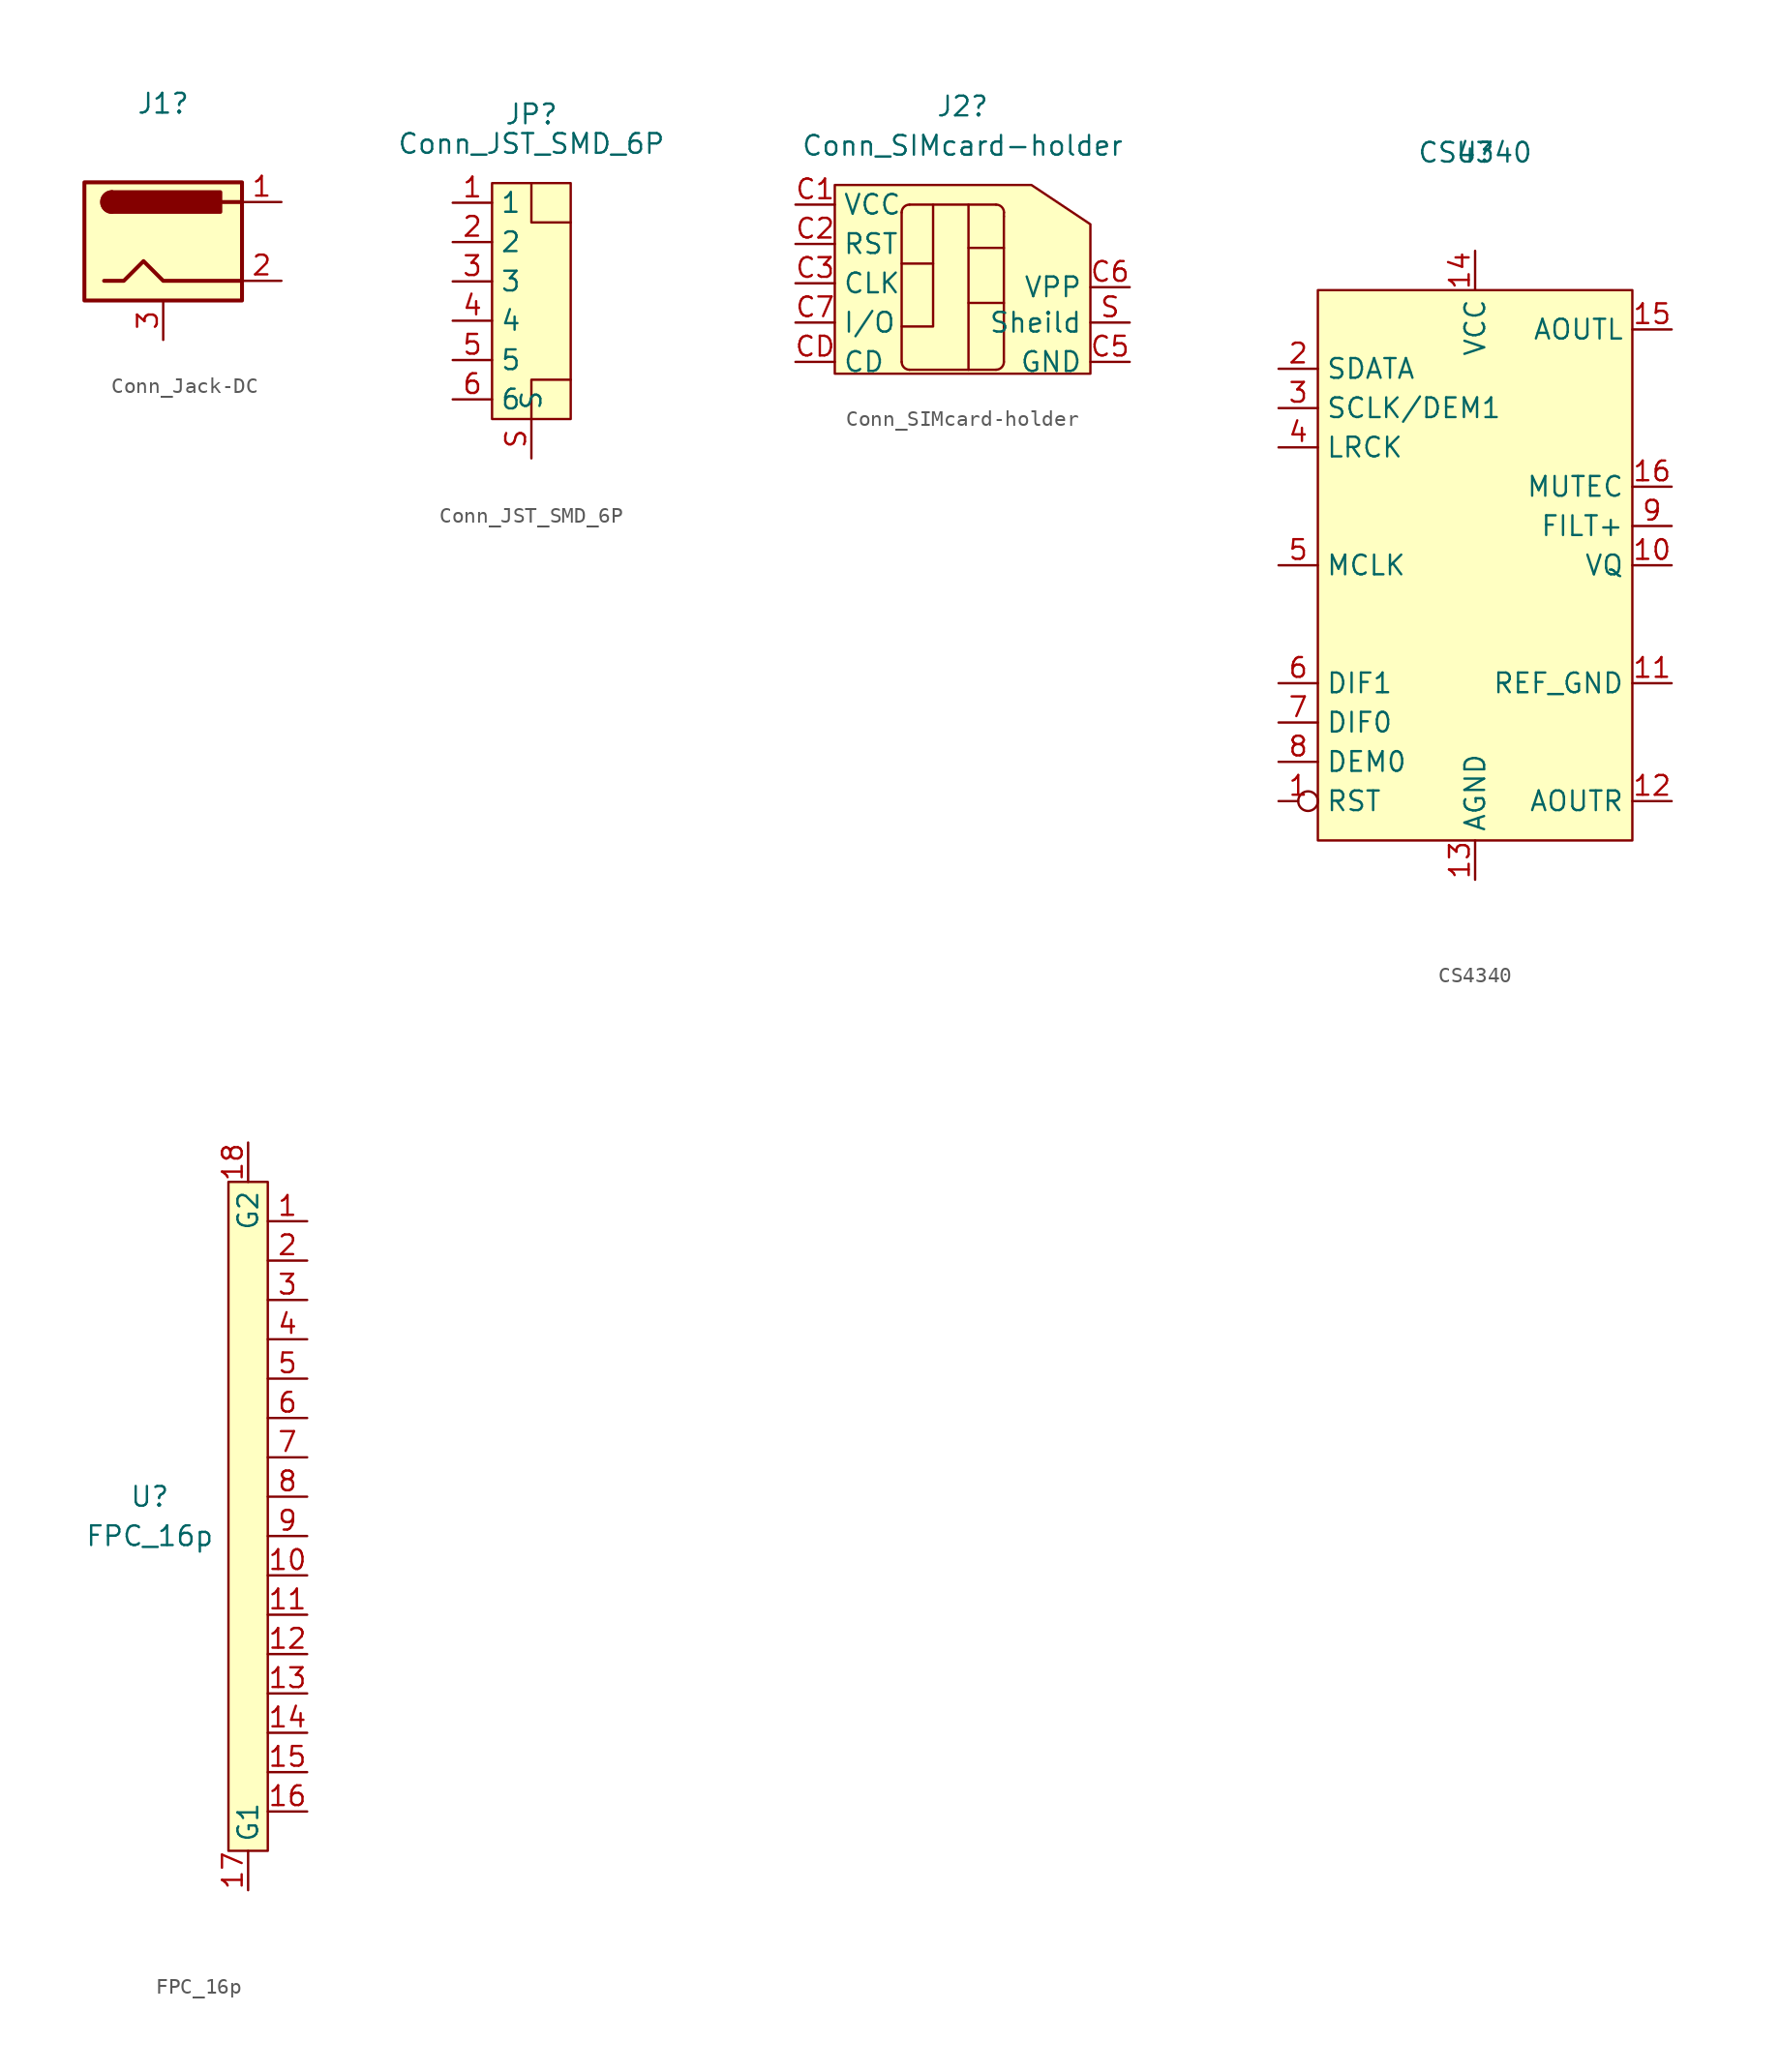
<source format=kicad_sym>
(kicad_symbol_lib
  (version 20211014)
  (generator kicad_symbol_editor)
  (symbol "Conn_Jack-DC"
    (pin_names
      (offset 1.016))
    (property "Reference" "J1"
      (at 0 8.89 0)
      (effects (font (size 1.27 1.27))))
    (symbol "Conn_Jack-DC_0_1"
      (rectangle (start -5.08 3.81) (end 5.08 -3.81) (stroke (width 0.254) (type default) (color 0 0 0 0)) (fill (type background)))
      (arc (start -3.302 3.175) (mid -3.937 2.54) (end -3.302 1.905) (stroke (width 0.254) (type default) (color 0 0 0 0)) (fill (type none)))
      (arc (start -3.302 3.175) (mid -3.937 2.54) (end -3.302 1.905) (stroke (width 0.254) (type default) (color 0 0 0 0)) (fill (type outline)))
      (polyline (pts (xy 5.08 2.54) (xy 3.81 2.54)) (stroke (width 0.254) (type default) (color 0 0 0 0)) (fill (type none)))
      (polyline (pts (xy -3.81 -2.54) (xy -2.54 -2.54) (xy -1.27 -1.27) (xy 0 -2.54) (xy 2.54 -2.54) (xy 5.08 -2.54)) (stroke (width 0.254) (type default) (color 0 0 0 0)) (fill (type none)))
      (rectangle (start 3.683 3.175) (end -3.302 1.905) (stroke (width 0.254) (type default) (color 0 0 0 0)) (fill (type outline))))
    (symbol "Conn_Jack-DC_1_1"
      (pin passive line (at 7.62 2.54 180) (length 2.54) (name "~" (effects (font (size 1.27 1.27)))) (number "1" (effects (font (size 1.27 1.27)))))
      (pin passive line (at 7.62 -2.54 180) (length 2.54) (name "~" (effects (font (size 1.27 1.27)))) (number "2" (effects (font (size 1.27 1.27)))))
      (pin passive line (at 0 -6.35 90) (length 2.54) (name "~" (effects (font (size 1.27 1.27)))) (number "3" (effects (font (size 1.27 1.27)))))))
  (symbol "Conn_JST_SMD_6P"
    (property "Reference" "JP"
      (at 0 10.16 0)
      (effects (font (size 1.27 1.27))))
    (property "Value" "Conn_JST_SMD_6P"
      (at 0 8.255 0)
      (effects (font (size 1.27 1.27))))
    (symbol "Conn_JST_SMD_6P_0_1"
      (rectangle (start -2.54 5.715) (end 2.54 -9.525) (stroke (width 0) (type default) (color 0 0 0 0)) (fill (type background)))
      (polyline (pts (xy 0 5.715) (xy 0 3.175) (xy 2.54 3.175)) (stroke (width 0) (type default) (color 0 0 0 0)) (fill (type none)))
      (polyline (pts (xy 2.54 -6.985) (xy 0 -6.985) (xy 0 -9.525)) (stroke (width 0) (type default) (color 0 0 0 0)) (fill (type none))))
    (symbol "Conn_JST_SMD_6P_1_1"
      (pin passive line (at -5.08 4.445 0) (length 2.54) (name "1" (effects (font (size 1.27 1.27)))) (number "1" (effects (font (size 1.27 1.27)))))
      (pin passive line (at -5.08 1.905 0) (length 2.54) (name "2" (effects (font (size 1.27 1.27)))) (number "2" (effects (font (size 1.27 1.27)))))
      (pin passive line (at -5.08 -0.635 0) (length 2.54) (name "3" (effects (font (size 1.27 1.27)))) (number "3" (effects (font (size 1.27 1.27)))))
      (pin passive line (at -5.08 -3.175 0) (length 2.54) (name "4" (effects (font (size 1.27 1.27)))) (number "4" (effects (font (size 1.27 1.27)))))
      (pin passive line (at -5.08 -5.715 0) (length 2.54) (name "5" (effects (font (size 1.27 1.27)))) (number "5" (effects (font (size 1.27 1.27)))))
      (pin passive line (at -5.08 -8.255 0) (length 2.54) (name "6" (effects (font (size 1.27 1.27)))) (number "6" (effects (font (size 1.27 1.27)))))
      (pin passive line (at 0 -12.065 90) (length 2.54) (name "S" (effects (font (size 1.27 1.27)))) (number "S" (effects (font (size 1.27 1.27)))))))
  (symbol "Conn_SIMcard-holder"
    (property "Reference" "J2"
      (at 1.905 6.35 0)
      (effects (font (size 1.27 1.27))))
    (property "Value" "Conn_SIMcard-holder"
      (at 1.905 3.81 0)
      (effects (font (size 1.27 1.27))))
    (symbol "Conn_SIMcard-holder_0_1"
      (arc (start -2.032 -10.16) (mid -1.8832 -10.5192) (end -1.524 -10.668) (stroke (width 0) (type default) (color 0 0 0 0)) (fill (type none)))
      (arc (start -1.524 0) (mid -1.8832 -0.1488) (end -2.032 -0.508) (stroke (width 0) (type default) (color 0 0 0 0)) (fill (type none)))
      (polyline (pts (xy -2.032 -3.81) (xy 0 -3.81)) (stroke (width 0) (type default) (color 0 0 0 0)) (fill (type none)))
      (polyline (pts (xy -2.032 -0.508) (xy -2.032 -10.16)) (stroke (width 0) (type default) (color 0 0 0 0)) (fill (type none)))
      (polyline (pts (xy -1.524 -10.668) (xy 4.064 -10.668)) (stroke (width 0) (type default) (color 0 0 0 0)) (fill (type none)))
      (polyline (pts (xy -1.524 0) (xy 4.064 0)) (stroke (width 0) (type default) (color 0 0 0 0)) (fill (type none)))
      (polyline (pts (xy 2.286 0) (xy 2.286 -10.668)) (stroke (width 0) (type default) (color 0 0 0 0)) (fill (type none)))
      (polyline (pts (xy 4.572 -6.35) (xy 2.286 -6.35)) (stroke (width 0) (type default) (color 0 0 0 0)) (fill (type none)))
      (polyline (pts (xy 4.572 -2.794) (xy 2.286 -2.794)) (stroke (width 0) (type default) (color 0 0 0 0)) (fill (type none)))
      (polyline (pts (xy 4.572 -0.762) (xy 4.572 -10.16)) (stroke (width 0) (type default) (color 0 0 0 0)) (fill (type none)))
      (polyline (pts (xy 4.572 -0.508) (xy 4.572 -0.762)) (stroke (width 0) (type default) (color 0 0 0 0)) (fill (type none)))
      (polyline (pts (xy 0 0) (xy 0 -7.874) (xy -2.032 -7.874)) (stroke (width 0) (type default) (color 0 0 0 0)) (fill (type none)))
      (polyline (pts (xy -6.35 1.27) (xy -6.35 -10.922) (xy 10.16 -10.922) (xy 10.16 -1.27) (xy 6.35 1.27) (xy -6.35 1.27)) (stroke (width 0) (type default) (color 0 0 0 0)) (fill (type background)))
      (arc (start 4.064 -10.668) (mid 4.4232 -10.5192) (end 4.572 -10.16) (stroke (width 0) (type default) (color 0 0 0 0)) (fill (type none)))
      (arc (start 4.572 -0.508) (mid 4.4232 -0.1488) (end 4.064 0) (stroke (width 0) (type default) (color 0 0 0 0)) (fill (type none))))
    (symbol "Conn_SIMcard-holder_1_1"
      (pin power_in line (at -8.89 0 0) (length 2.54) (name "VCC" (effects (font (size 1.27 1.27)))) (number "C1" (effects (font (size 1.27 1.27)))))
      (pin input line (at -8.89 -2.54 0) (length 2.54) (name "RST" (effects (font (size 1.27 1.27)))) (number "C2" (effects (font (size 1.27 1.27)))))
      (pin input line (at -8.89 -5.08 0) (length 2.54) (name "CLK" (effects (font (size 1.27 1.27)))) (number "C3" (effects (font (size 1.27 1.27)))))
      (pin power_in line (at 12.7 -10.16 180) (length 2.54) (name "GND" (effects (font (size 1.27 1.27)))) (number "C5" (effects (font (size 1.27 1.27)))))
      (pin input line (at 12.7 -5.334 180) (length 2.54) (name "VPP" (effects (font (size 1.27 1.27)))) (number "C6" (effects (font (size 1.27 1.27)))))
      (pin bidirectional line (at -8.89 -7.62 0) (length 2.54) (name "I/O" (effects (font (size 1.27 1.27)))) (number "C7" (effects (font (size 1.27 1.27)))))
      (pin output line (at -8.89 -10.16 0) (length 2.54) (name "CD" (effects (font (size 1.27 1.27)))) (number "CD" (effects (font (size 1.27 1.27)))))
      (pin power_in line (at 12.7 -7.62 180) (length 2.54) (name "Sheild" (effects (font (size 1.27 1.27)))) (number "S" (effects (font (size 1.27 1.27)))))))
  (symbol "CS4340"
    (property "Reference" "U"
      (at 0 0 0)
      (effects (font (size 1.27 1.27))))
    (property "Value" "CS4340"
      (at 0 0 0)
      (effects (font (size 1.27 1.27))))
    (symbol "CS4340_0_1"
      (rectangle (start -10.16 -8.89) (end 10.16 -44.45) (stroke (width 0) (type default) (color 0 0 0 0)) (fill (type background))))
    (symbol "CS4340_1_1"
      (pin input inverted (at -12.7 -41.91 0) (length 2.54) (name "RST" (effects (font (size 1.27 1.27)))) (number "1" (effects (font (size 1.27 1.27)))))
      (pin input line (at 12.7 -26.67 180) (length 2.54) (name "VQ" (effects (font (size 1.27 1.27)))) (number "10" (effects (font (size 1.27 1.27)))))
      (pin input line (at 12.7 -34.29 180) (length 2.54) (name "REF_GND" (effects (font (size 1.27 1.27)))) (number "11" (effects (font (size 1.27 1.27)))))
      (pin input line (at 12.7 -41.91 180) (length 2.54) (name "AOUTR" (effects (font (size 1.27 1.27)))) (number "12" (effects (font (size 1.27 1.27)))))
      (pin input line (at 0 -46.99 90) (length 2.54) (name "AGND" (effects (font (size 1.27 1.27)))) (number "13" (effects (font (size 1.27 1.27)))))
      (pin input line (at 0 -6.35 270) (length 2.54) (name "VCC" (effects (font (size 1.27 1.27)))) (number "14" (effects (font (size 1.27 1.27)))))
      (pin input line (at 12.7 -11.43 180) (length 2.54) (name "AOUTL" (effects (font (size 1.27 1.27)))) (number "15" (effects (font (size 1.27 1.27)))))
      (pin input line (at 12.7 -21.59 180) (length 2.54) (name "MUTEC" (effects (font (size 1.27 1.27)))) (number "16" (effects (font (size 1.27 1.27)))))
      (pin input line (at -12.7 -13.97 0) (length 2.54) (name "SDATA" (effects (font (size 1.27 1.27)))) (number "2" (effects (font (size 1.27 1.27)))))
      (pin input line (at -12.7 -16.51 0) (length 2.54) (name "SCLK/DEM1" (effects (font (size 1.27 1.27)))) (number "3" (effects (font (size 1.27 1.27)))))
      (pin input line (at -12.7 -19.05 0) (length 2.54) (name "LRCK" (effects (font (size 1.27 1.27)))) (number "4" (effects (font (size 1.27 1.27)))))
      (pin input line (at -12.7 -26.67 0) (length 2.54) (name "MCLK" (effects (font (size 1.27 1.27)))) (number "5" (effects (font (size 1.27 1.27)))))
      (pin input line (at -12.7 -34.29 0) (length 2.54) (name "DIF1" (effects (font (size 1.27 1.27)))) (number "6" (effects (font (size 1.27 1.27)))))
      (pin input line (at -12.7 -36.83 0) (length 2.54) (name "DIF0" (effects (font (size 1.27 1.27)))) (number "7" (effects (font (size 1.27 1.27)))))
      (pin input line (at -12.7 -39.37 0) (length 2.54) (name "DEM0" (effects (font (size 1.27 1.27)))) (number "8" (effects (font (size 1.27 1.27)))))
      (pin input line (at 12.7 -24.13 180) (length 2.54) (name "FILT+" (effects (font (size 1.27 1.27)))) (number "9" (effects (font (size 1.27 1.27)))))))
  (symbol "FPC_16p"
    (property "Reference" "U"
      (at -6.35 1.27 0)
      (effects (font (size 1.27 1.27))))
    (property "Value" "FPC_16p"
      (at -6.35 -1.27 0)
      (effects (font (size 1.27 1.27))))
    (symbol "FPC_16p_0_1"
      (rectangle (start -1.27 21.59) (end 1.27 -21.59) (stroke (width 0) (type default) (color 0 0 0 0)) (fill (type background))))
    (symbol "FPC_16p_1_1"
      (pin input line (at 3.81 19.05 180) (length 2.54) (name "" (effects (font (size 1.27 1.27)))) (number "1" (effects (font (size 1.27 1.27)))))
      (pin input line (at 3.81 -3.81 180) (length 2.54) (name "" (effects (font (size 1.27 1.27)))) (number "10" (effects (font (size 1.27 1.27)))))
      (pin input line (at 3.81 -6.35 180) (length 2.54) (name "" (effects (font (size 1.27 1.27)))) (number "11" (effects (font (size 1.27 1.27)))))
      (pin input line (at 3.81 -8.89 180) (length 2.54) (name "" (effects (font (size 1.27 1.27)))) (number "12" (effects (font (size 1.27 1.27)))))
      (pin input line (at 3.81 -11.43 180) (length 2.54) (name "" (effects (font (size 1.27 1.27)))) (number "13" (effects (font (size 1.27 1.27)))))
      (pin input line (at 3.81 -13.97 180) (length 2.54) (name "" (effects (font (size 1.27 1.27)))) (number "14" (effects (font (size 1.27 1.27)))))
      (pin input line (at 3.81 -16.51 180) (length 2.54) (name "" (effects (font (size 1.27 1.27)))) (number "15" (effects (font (size 1.27 1.27)))))
      (pin input line (at 3.81 -19.05 180) (length 2.54) (name "" (effects (font (size 1.27 1.27)))) (number "16" (effects (font (size 1.27 1.27)))))
      (pin input line (at 0 -24.13 90) (length 2.54) (name "G1" (effects (font (size 1.27 1.27)))) (number "17" (effects (font (size 1.27 1.27)))))
      (pin input line (at 0 24.13 270) (length 2.54) (name "G2" (effects (font (size 1.27 1.27)))) (number "18" (effects (font (size 1.27 1.27)))))
      (pin input line (at 3.81 16.51 180) (length 2.54) (name "" (effects (font (size 1.27 1.27)))) (number "2" (effects (font (size 1.27 1.27)))))
      (pin input line (at 3.81 13.97 180) (length 2.54) (name "" (effects (font (size 1.27 1.27)))) (number "3" (effects (font (size 1.27 1.27)))))
      (pin input line (at 3.81 11.43 180) (length 2.54) (name "" (effects (font (size 1.27 1.27)))) (number "4" (effects (font (size 1.27 1.27)))))
      (pin input line (at 3.81 8.89 180) (length 2.54) (name "" (effects (font (size 1.27 1.27)))) (number "5" (effects (font (size 1.27 1.27)))))
      (pin input line (at 3.81 6.35 180) (length 2.54) (name "" (effects (font (size 1.27 1.27)))) (number "6" (effects (font (size 1.27 1.27)))))
      (pin input line (at 3.81 3.81 180) (length 2.54) (name "" (effects (font (size 1.27 1.27)))) (number "7" (effects (font (size 1.27 1.27)))))
      (pin input line (at 3.81 1.27 180) (length 2.54) (name "" (effects (font (size 1.27 1.27)))) (number "8" (effects (font (size 1.27 1.27)))))
      (pin input line (at 3.81 -1.27 180) (length 2.54) (name "" (effects (font (size 1.27 1.27)))) (number "9" (effects (font (size 1.27 1.27))))))))
</source>
